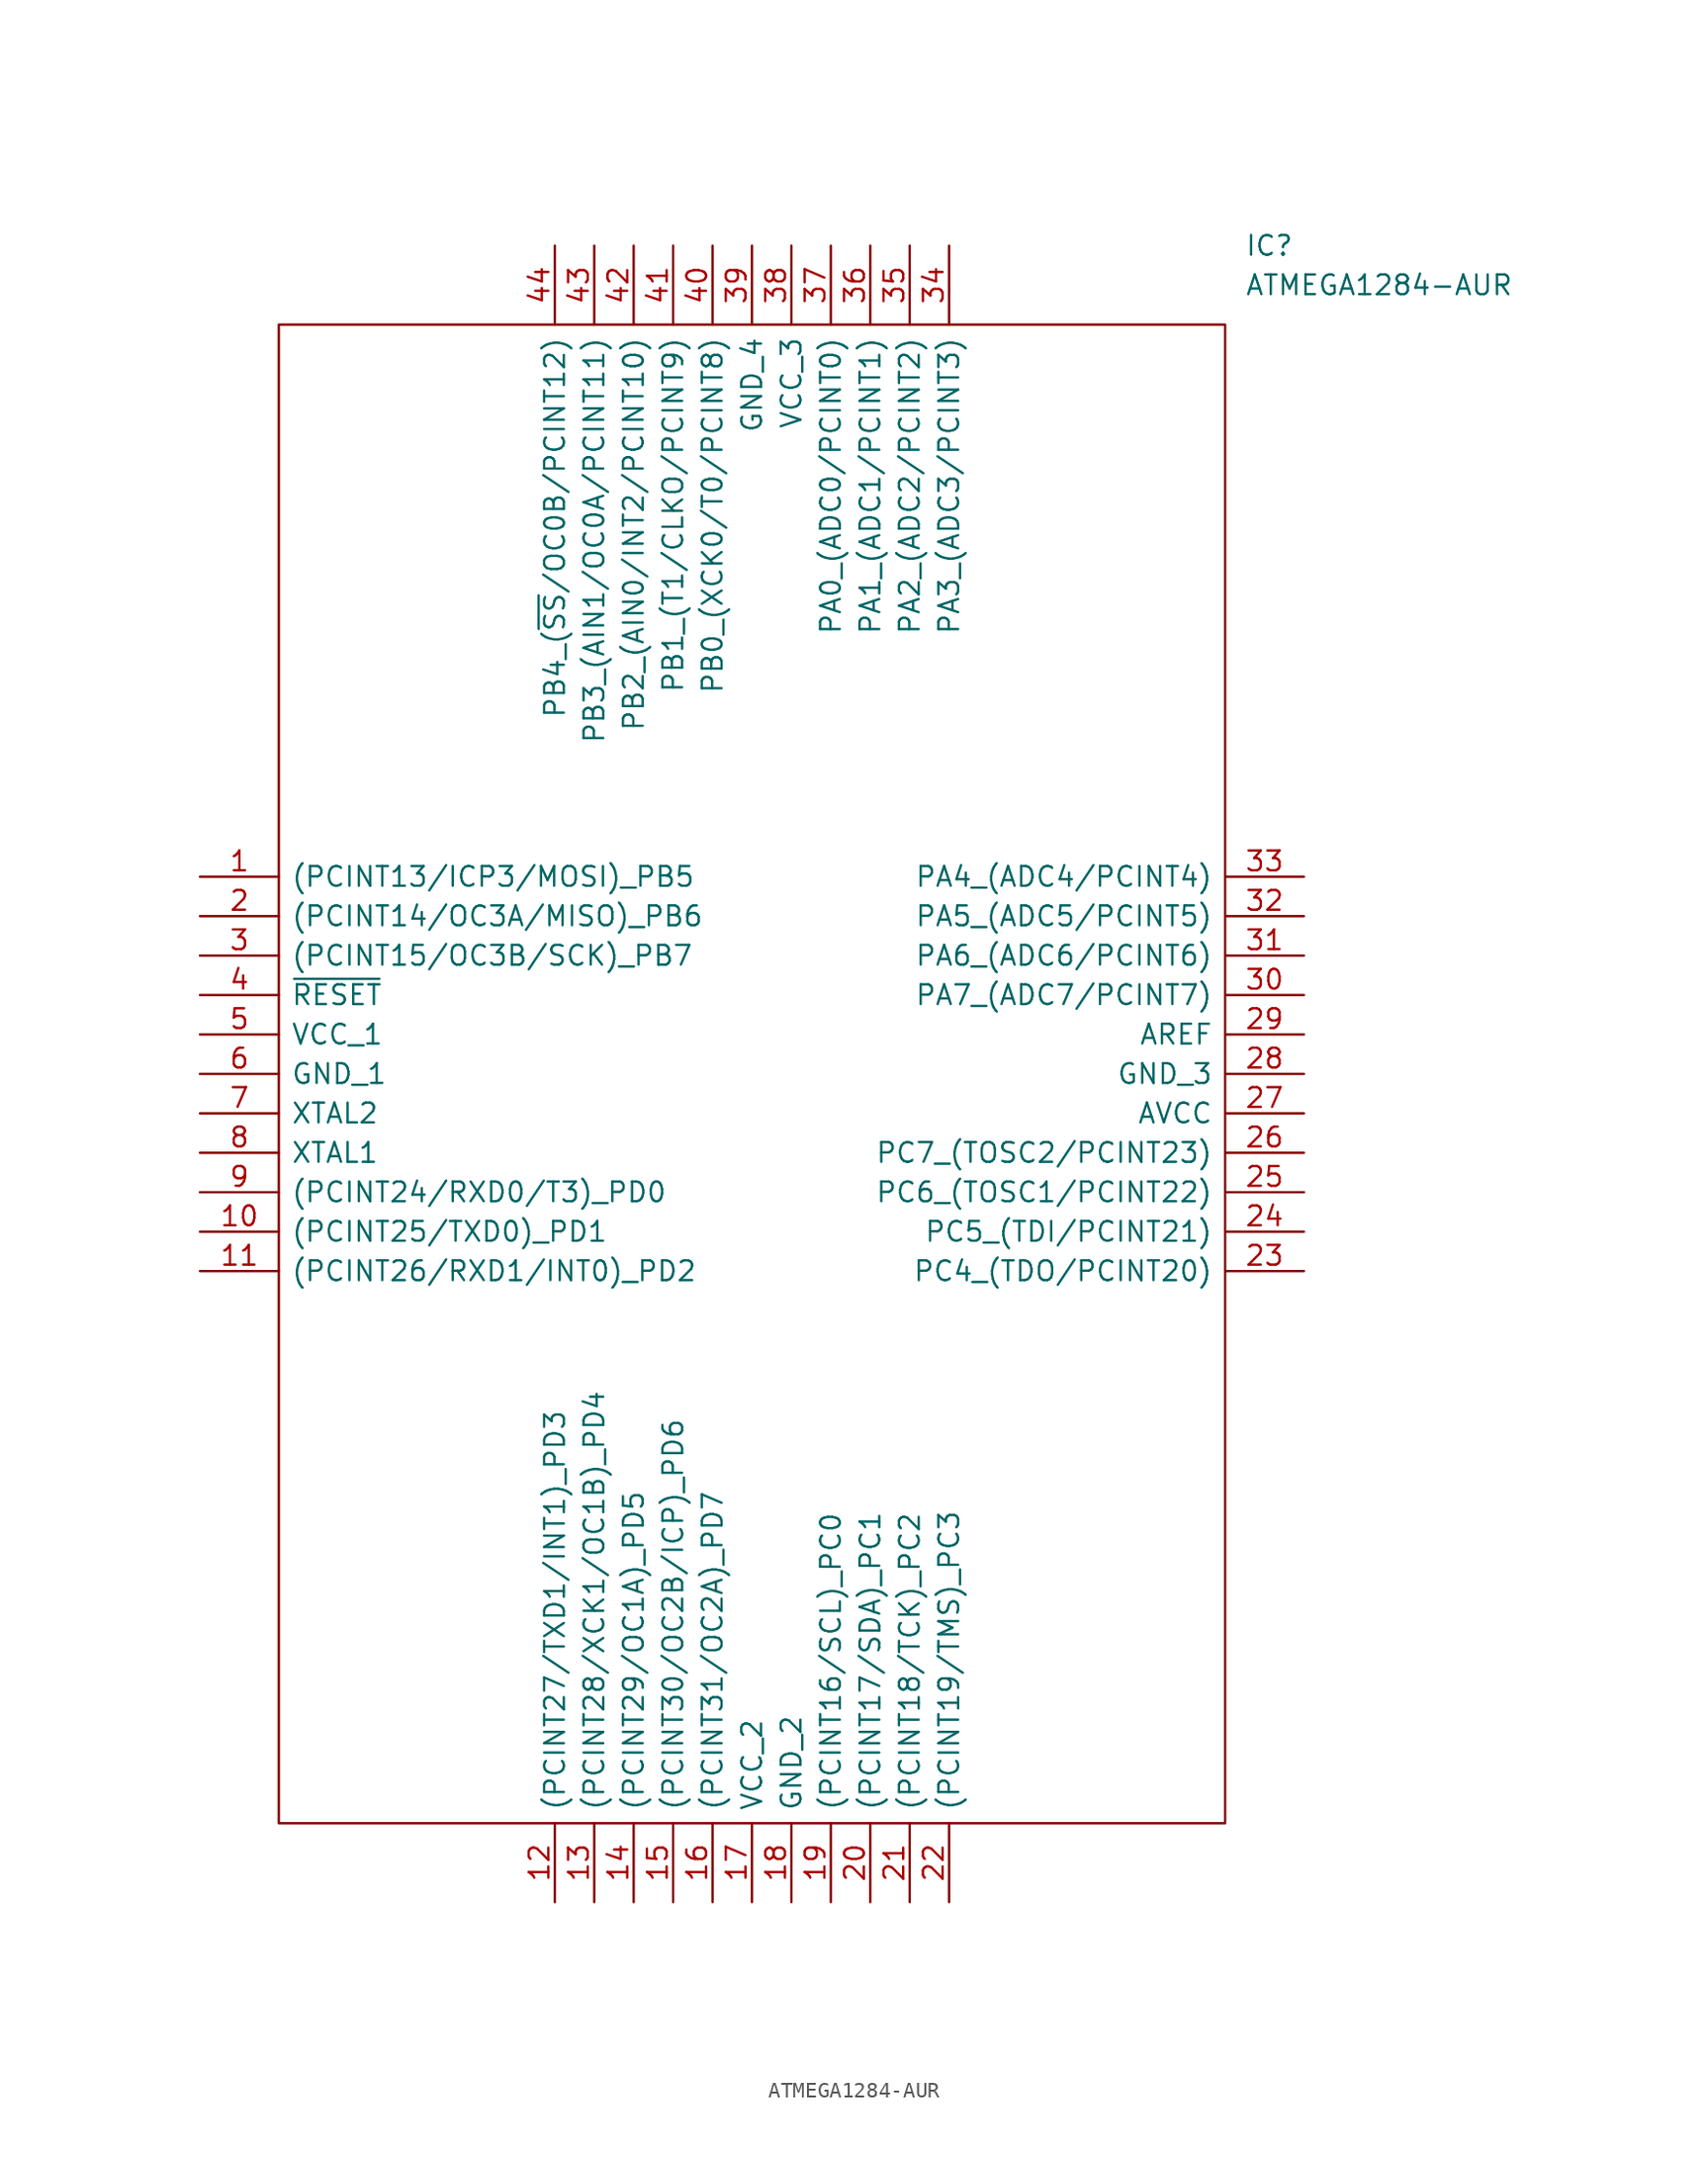
<source format=kicad_sym>
(kicad_symbol_lib
  (version 20211014)
  (generator kicad_symbol_editor)
  (symbol "ATMEGA1284-AUR"
    (pin_names
      (offset 0.762))
    (property "Reference" "IC"
      (at 67.31 40.64 0)
      (effects (font (size 1.27 1.27)) (justify left)))
    (property "Value" "ATMEGA1284-AUR"
      (at 67.31 38.1 0)
      (effects (font (size 1.27 1.27)) (justify left)))
    (symbol "ATMEGA1284-AUR_0_0"
      (pin passive line (at 0 0 0) (length 5.08) (name "(PCINT13/ICP3/MOSI)_PB5" (effects (font (size 1.27 1.27)))) (number "1" (effects (font (size 1.27 1.27)))))
      (pin passive line (at 0 -22.86 0) (length 5.08) (name "(PCINT25/TXD0)_PD1" (effects (font (size 1.27 1.27)))) (number "10" (effects (font (size 1.27 1.27)))))
      (pin passive line (at 0 -25.4 0) (length 5.08) (name "(PCINT26/RXD1/INT0)_PD2" (effects (font (size 1.27 1.27)))) (number "11" (effects (font (size 1.27 1.27)))))
      (pin passive line (at 22.86 -66.04 90) (length 5.08) (name "(PCINT27/TXD1/INT1)_PD3" (effects (font (size 1.27 1.27)))) (number "12" (effects (font (size 1.27 1.27)))))
      (pin passive line (at 25.4 -66.04 90) (length 5.08) (name "(PCINT28/XCK1/OC1B)_PD4" (effects (font (size 1.27 1.27)))) (number "13" (effects (font (size 1.27 1.27)))))
      (pin passive line (at 27.94 -66.04 90) (length 5.08) (name "(PCINT29/OC1A)_PD5" (effects (font (size 1.27 1.27)))) (number "14" (effects (font (size 1.27 1.27)))))
      (pin passive line (at 30.48 -66.04 90) (length 5.08) (name "(PCINT30/OC2B/ICP)_PD6" (effects (font (size 1.27 1.27)))) (number "15" (effects (font (size 1.27 1.27)))))
      (pin passive line (at 33.02 -66.04 90) (length 5.08) (name "(PCINT31/OC2A)_PD7" (effects (font (size 1.27 1.27)))) (number "16" (effects (font (size 1.27 1.27)))))
      (pin passive line (at 35.56 -66.04 90) (length 5.08) (name "VCC_2" (effects (font (size 1.27 1.27)))) (number "17" (effects (font (size 1.27 1.27)))))
      (pin passive line (at 38.1 -66.04 90) (length 5.08) (name "GND_2" (effects (font (size 1.27 1.27)))) (number "18" (effects (font (size 1.27 1.27)))))
      (pin passive line (at 40.64 -66.04 90) (length 5.08) (name "(PCINT16/SCL)_PC0" (effects (font (size 1.27 1.27)))) (number "19" (effects (font (size 1.27 1.27)))))
      (pin passive line (at 0 -2.54 0) (length 5.08) (name "(PCINT14/OC3A/MISO)_PB6" (effects (font (size 1.27 1.27)))) (number "2" (effects (font (size 1.27 1.27)))))
      (pin passive line (at 43.18 -66.04 90) (length 5.08) (name "(PCINT17/SDA)_PC1" (effects (font (size 1.27 1.27)))) (number "20" (effects (font (size 1.27 1.27)))))
      (pin passive line (at 45.72 -66.04 90) (length 5.08) (name "(PCINT18/TCK)_PC2" (effects (font (size 1.27 1.27)))) (number "21" (effects (font (size 1.27 1.27)))))
      (pin passive line (at 48.26 -66.04 90) (length 5.08) (name "(PCINT19/TMS)_PC3" (effects (font (size 1.27 1.27)))) (number "22" (effects (font (size 1.27 1.27)))))
      (pin passive line (at 71.12 -25.4 180) (length 5.08) (name "PC4_(TDO/PCINT20)" (effects (font (size 1.27 1.27)))) (number "23" (effects (font (size 1.27 1.27)))))
      (pin passive line (at 71.12 -22.86 180) (length 5.08) (name "PC5_(TDI/PCINT21)" (effects (font (size 1.27 1.27)))) (number "24" (effects (font (size 1.27 1.27)))))
      (pin passive line (at 71.12 -20.32 180) (length 5.08) (name "PC6_(TOSC1/PCINT22)" (effects (font (size 1.27 1.27)))) (number "25" (effects (font (size 1.27 1.27)))))
      (pin passive line (at 71.12 -17.78 180) (length 5.08) (name "PC7_(TOSC2/PCINT23)" (effects (font (size 1.27 1.27)))) (number "26" (effects (font (size 1.27 1.27)))))
      (pin passive line (at 71.12 -15.24 180) (length 5.08) (name "AVCC" (effects (font (size 1.27 1.27)))) (number "27" (effects (font (size 1.27 1.27)))))
      (pin passive line (at 71.12 -12.7 180) (length 5.08) (name "GND_3" (effects (font (size 1.27 1.27)))) (number "28" (effects (font (size 1.27 1.27)))))
      (pin passive line (at 71.12 -10.16 180) (length 5.08) (name "AREF" (effects (font (size 1.27 1.27)))) (number "29" (effects (font (size 1.27 1.27)))))
      (pin passive line (at 0 -5.08 0) (length 5.08) (name "(PCINT15/OC3B/SCK)_PB7" (effects (font (size 1.27 1.27)))) (number "3" (effects (font (size 1.27 1.27)))))
      (pin passive line (at 71.12 -7.62 180) (length 5.08) (name "PA7_(ADC7/PCINT7)" (effects (font (size 1.27 1.27)))) (number "30" (effects (font (size 1.27 1.27)))))
      (pin passive line (at 71.12 -5.08 180) (length 5.08) (name "PA6_(ADC6/PCINT6)" (effects (font (size 1.27 1.27)))) (number "31" (effects (font (size 1.27 1.27)))))
      (pin passive line (at 71.12 -2.54 180) (length 5.08) (name "PA5_(ADC5/PCINT5)" (effects (font (size 1.27 1.27)))) (number "32" (effects (font (size 1.27 1.27)))))
      (pin passive line (at 71.12 0 180) (length 5.08) (name "PA4_(ADC4/PCINT4)" (effects (font (size 1.27 1.27)))) (number "33" (effects (font (size 1.27 1.27)))))
      (pin passive line (at 48.26 40.64 270) (length 5.08) (name "PA3_(ADC3/PCINT3)" (effects (font (size 1.27 1.27)))) (number "34" (effects (font (size 1.27 1.27)))))
      (pin passive line (at 45.72 40.64 270) (length 5.08) (name "PA2_(ADC2/PCINT2)" (effects (font (size 1.27 1.27)))) (number "35" (effects (font (size 1.27 1.27)))))
      (pin passive line (at 43.18 40.64 270) (length 5.08) (name "PA1_(ADC1/PCINT1)" (effects (font (size 1.27 1.27)))) (number "36" (effects (font (size 1.27 1.27)))))
      (pin passive line (at 40.64 40.64 270) (length 5.08) (name "PA0_(ADC0/PCINT0)" (effects (font (size 1.27 1.27)))) (number "37" (effects (font (size 1.27 1.27)))))
      (pin passive line (at 38.1 40.64 270) (length 5.08) (name "VCC_3" (effects (font (size 1.27 1.27)))) (number "38" (effects (font (size 1.27 1.27)))))
      (pin passive line (at 35.56 40.64 270) (length 5.08) (name "GND_4" (effects (font (size 1.27 1.27)))) (number "39" (effects (font (size 1.27 1.27)))))
      (pin passive line (at 0 -7.62 0) (length 5.08) (name "~{RESET}" (effects (font (size 1.27 1.27)))) (number "4" (effects (font (size 1.27 1.27)))))
      (pin passive line (at 33.02 40.64 270) (length 5.08) (name "PB0_(XCK0/T0/PCINT8)" (effects (font (size 1.27 1.27)))) (number "40" (effects (font (size 1.27 1.27)))))
      (pin passive line (at 30.48 40.64 270) (length 5.08) (name "PB1_(T1/CLKO/PCINT9)" (effects (font (size 1.27 1.27)))) (number "41" (effects (font (size 1.27 1.27)))))
      (pin passive line (at 27.94 40.64 270) (length 5.08) (name "PB2_(AIN0/INT2/PCINT10)" (effects (font (size 1.27 1.27)))) (number "42" (effects (font (size 1.27 1.27)))))
      (pin passive line (at 25.4 40.64 270) (length 5.08) (name "PB3_(AIN1/OC0A/PCINT11)" (effects (font (size 1.27 1.27)))) (number "43" (effects (font (size 1.27 1.27)))))
      (pin passive line (at 22.86 40.64 270) (length 5.08) (name "PB4_(~{SS}/OC0B/PCINT12)" (effects (font (size 1.27 1.27)))) (number "44" (effects (font (size 1.27 1.27)))))
      (pin passive line (at 0 -10.16 0) (length 5.08) (name "VCC_1" (effects (font (size 1.27 1.27)))) (number "5" (effects (font (size 1.27 1.27)))))
      (pin passive line (at 0 -12.7 0) (length 5.08) (name "GND_1" (effects (font (size 1.27 1.27)))) (number "6" (effects (font (size 1.27 1.27)))))
      (pin passive line (at 0 -15.24 0) (length 5.08) (name "XTAL2" (effects (font (size 1.27 1.27)))) (number "7" (effects (font (size 1.27 1.27)))))
      (pin passive line (at 0 -17.78 0) (length 5.08) (name "XTAL1" (effects (font (size 1.27 1.27)))) (number "8" (effects (font (size 1.27 1.27)))))
      (pin passive line (at 0 -20.32 0) (length 5.08) (name "(PCINT24/RXD0/T3)_PD0" (effects (font (size 1.27 1.27)))) (number "9" (effects (font (size 1.27 1.27))))))
    (symbol "ATMEGA1284-AUR_0_1"
      (polyline (pts (xy 5.08 35.56) (xy 66.04 35.56) (xy 66.04 -60.96) (xy 5.08 -60.96) (xy 5.08 35.56)) (stroke (width 0.152) (type default) (color 0 0 0 0)) (fill (type none))))))
</source>
